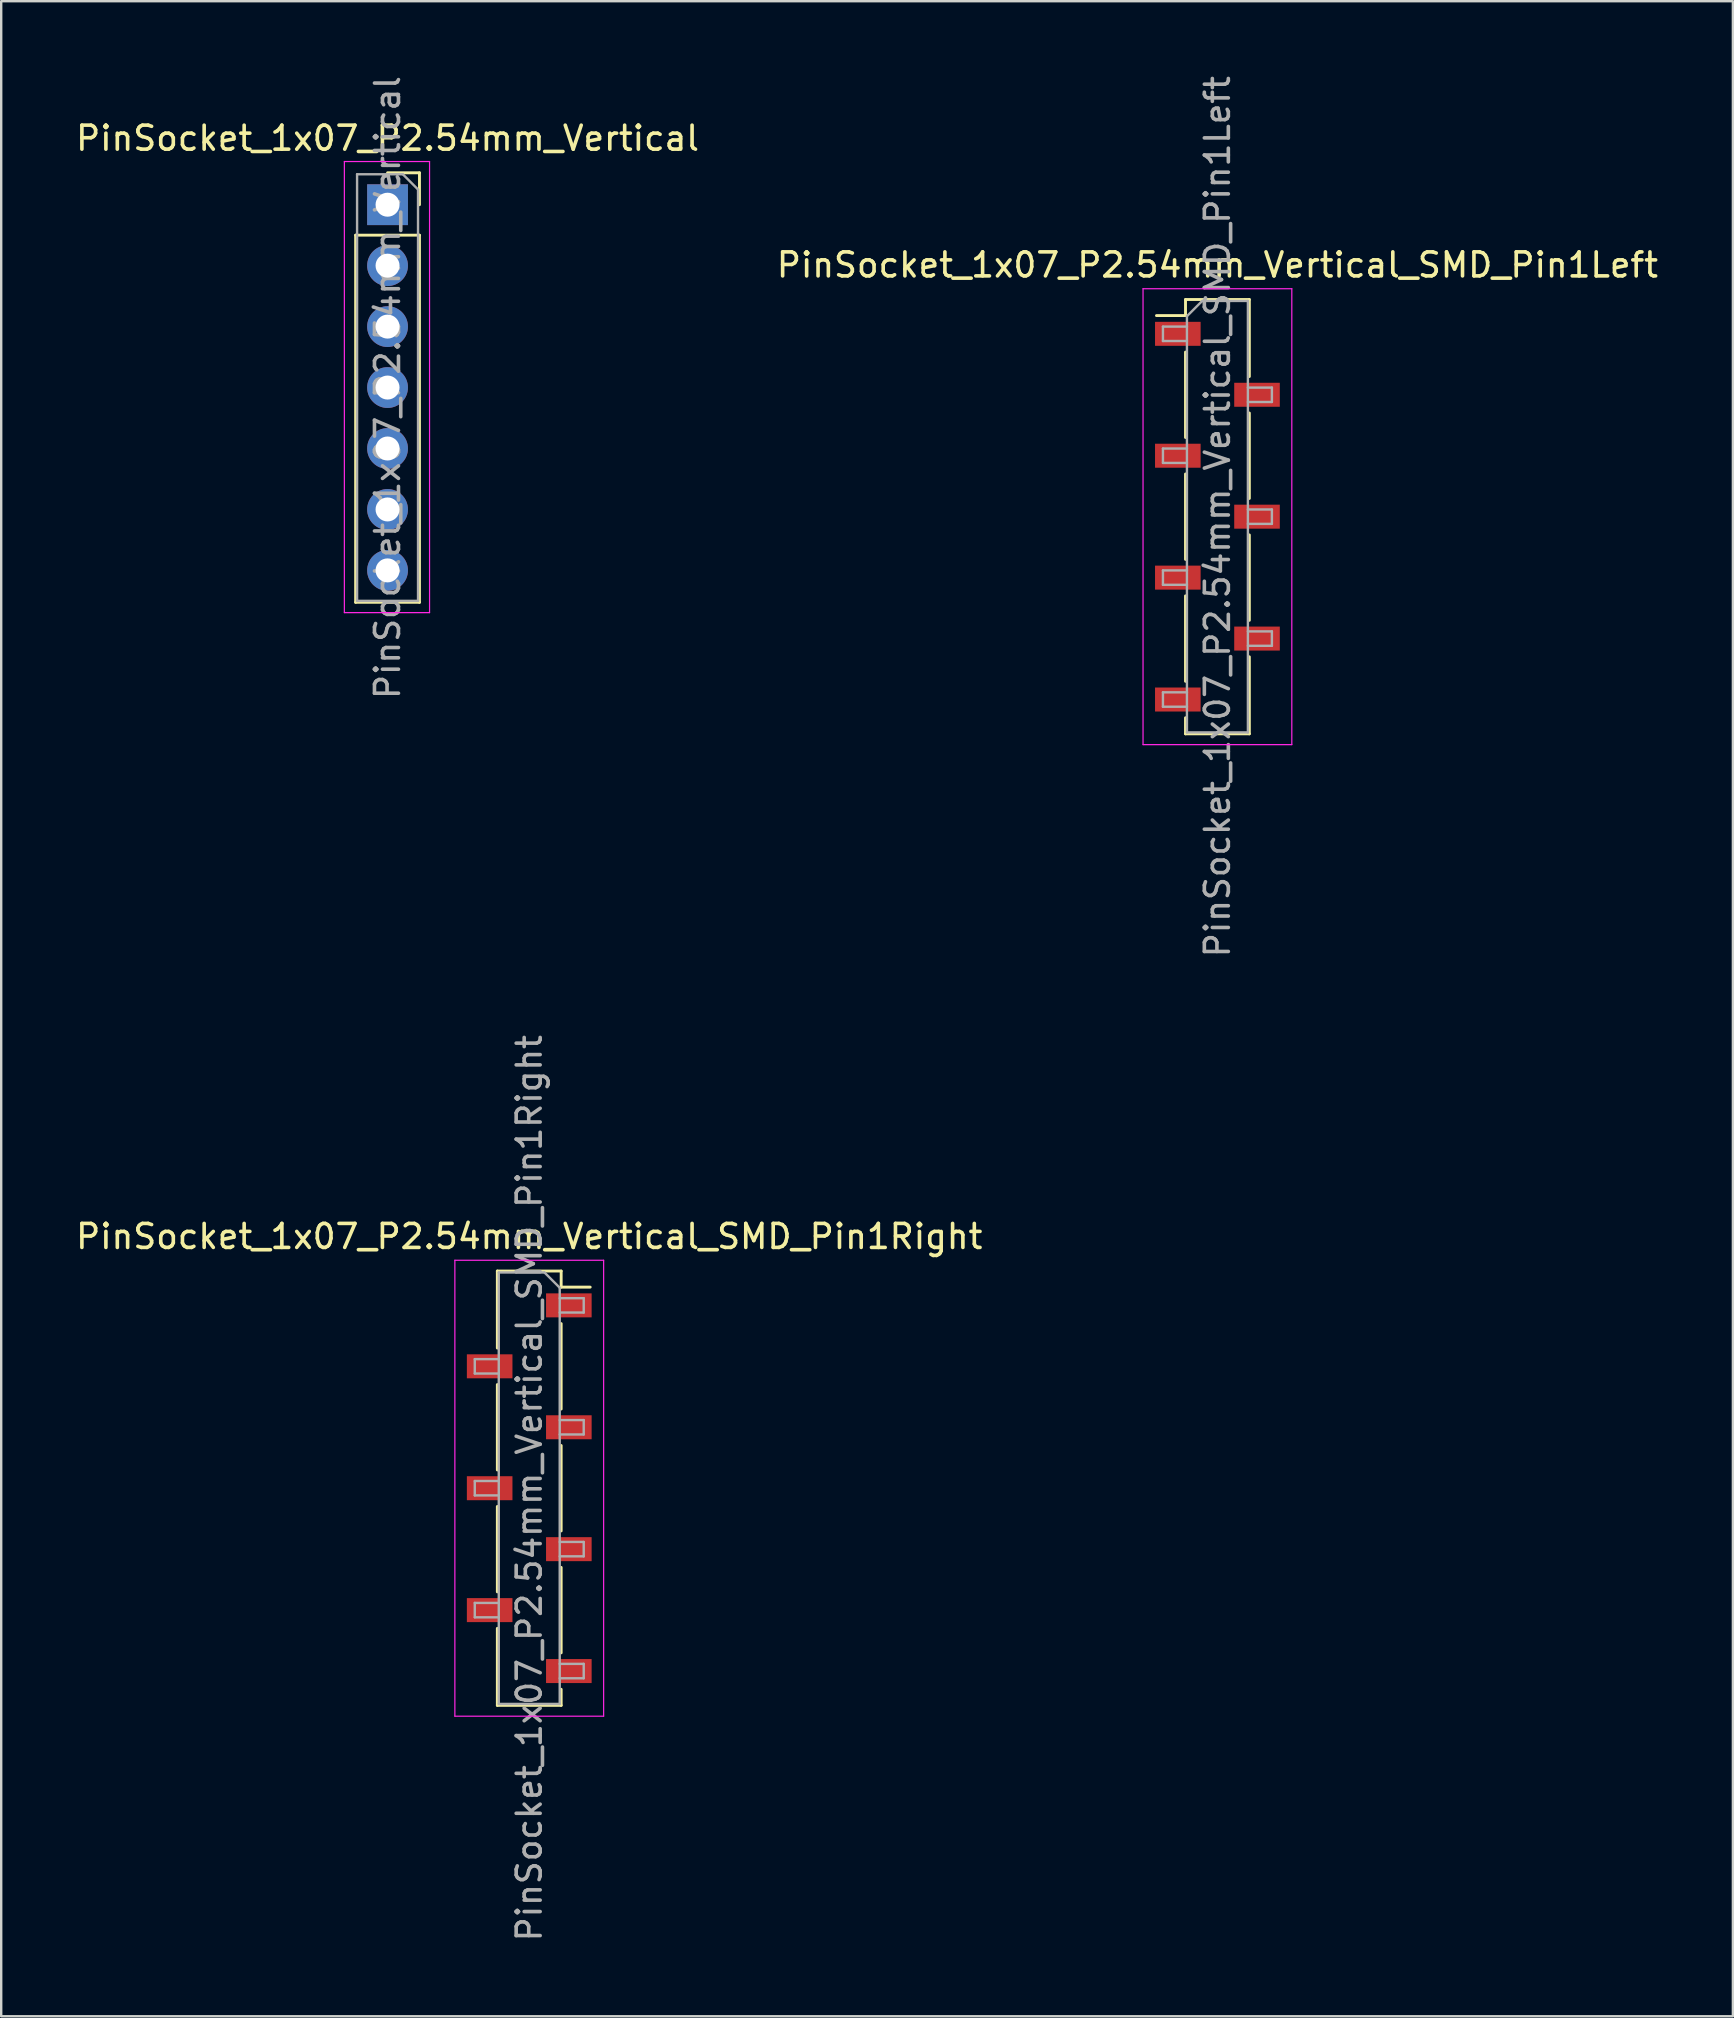
<source format=kicad_pcb>
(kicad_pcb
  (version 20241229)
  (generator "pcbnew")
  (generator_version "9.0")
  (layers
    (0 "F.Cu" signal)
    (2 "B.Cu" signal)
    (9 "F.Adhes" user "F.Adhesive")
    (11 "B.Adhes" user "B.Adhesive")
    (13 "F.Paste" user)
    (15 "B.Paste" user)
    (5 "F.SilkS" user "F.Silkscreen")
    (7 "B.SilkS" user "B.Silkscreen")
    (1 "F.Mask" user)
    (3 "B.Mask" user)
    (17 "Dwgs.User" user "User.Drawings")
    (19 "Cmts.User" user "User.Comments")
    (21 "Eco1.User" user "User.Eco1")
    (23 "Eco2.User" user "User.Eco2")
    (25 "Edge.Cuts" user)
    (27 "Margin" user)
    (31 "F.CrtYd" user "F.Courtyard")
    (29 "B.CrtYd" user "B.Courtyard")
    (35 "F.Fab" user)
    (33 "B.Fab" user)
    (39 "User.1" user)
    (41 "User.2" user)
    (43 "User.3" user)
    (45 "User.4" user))
  (footprint "PinSocket_1x07_P2.54mm_Vertical"
    (layer "F.Cu")
    (at 13.101 5.481)
    (property "Reference" "PinSocket_1x07_P2.54mm_Vertical" (at 0 -2.77 0) (layer "F.SilkS") (effects (font (size 1 1) (thickness 0.15))))
    (attr through_hole)
    (fp_line (start -1.33 1.27) (end -1.33 16.57) (stroke (width 0.12) (type solid)) (layer "F.SilkS"))
    (fp_line (start -1.33 1.27) (end 1.33 1.27) (stroke (width 0.12) (type solid)) (layer "F.SilkS"))
    (fp_line (start -1.33 16.57) (end 1.33 16.57) (stroke (width 0.12) (type solid)) (layer "F.SilkS"))
    (fp_line (start 0 -1.33) (end 1.33 -1.33) (stroke (width 0.12) (type solid)) (layer "F.SilkS"))
    (fp_line (start 1.33 -1.33) (end 1.33 0) (stroke (width 0.12) (type solid)) (layer "F.SilkS"))
    (fp_line (start 1.33 1.27) (end 1.33 16.57) (stroke (width 0.12) (type solid)) (layer "F.SilkS"))
    (fp_line (start -1.8 -1.8) (end 1.75 -1.8) (stroke (width 0.05) (type solid)) (layer "F.CrtYd"))
    (fp_line (start -1.8 17) (end -1.8 -1.8) (stroke (width 0.05) (type solid)) (layer "F.CrtYd"))
    (fp_line (start 1.75 -1.8) (end 1.75 17) (stroke (width 0.05) (type solid)) (layer "F.CrtYd"))
    (fp_line (start 1.75 17) (end -1.8 17) (stroke (width 0.05) (type solid)) (layer "F.CrtYd"))
    (fp_line (start -1.27 -1.27) (end 0.635 -1.27) (stroke (width 0.1) (type solid)) (layer "F.Fab"))
    (fp_line (start -1.27 16.51) (end -1.27 -1.27) (stroke (width 0.1) (type solid)) (layer "F.Fab"))
    (fp_line (start 0.635 -1.27) (end 1.27 -0.635) (stroke (width 0.1) (type solid)) (layer "F.Fab"))
    (fp_line (start 1.27 -0.635) (end 1.27 16.51) (stroke (width 0.1) (type solid)) (layer "F.Fab"))
    (fp_line (start 1.27 16.51) (end -1.27 16.51) (stroke (width 0.1) (type solid)) (layer "F.Fab"))
    (fp_text user "${REFERENCE}" (at 0 7.62 90) (layer "F.Fab") (effects (font (size 1 1) (thickness 0.15))))
    (pad "1" thru_hole rect (at 0 0) (size 1.7 1.7) (drill 1) (layers "*.Cu" "*.Mask"))
    (pad "2" thru_hole oval (at 0 2.54) (size 1.7 1.7) (drill 1) (layers "*.Cu" "*.Mask"))
    (pad "3" thru_hole oval (at 0 5.08) (size 1.7 1.7) (drill 1) (layers "*.Cu" "*.Mask"))
    (pad "4" thru_hole oval (at 0 7.62) (size 1.7 1.7) (drill 1) (layers "*.Cu" "*.Mask"))
    (pad "5" thru_hole oval (at 0 10.16) (size 1.7 1.7) (drill 1) (layers "*.Cu" "*.Mask"))
    (pad "6" thru_hole oval (at 0 12.7) (size 1.7 1.7) (drill 1) (layers "*.Cu" "*.Mask"))
    (pad "7" thru_hole oval (at 0 15.24) (size 1.7 1.7) (drill 1) (layers "*.Cu" "*.Mask")))
  (footprint "PinSocket_1x07_P2.54mm_Vertical_SMD_Pin1Left"
    (layer "F.Cu")
    (at 47.685 18.482)
    (property "Reference" "PinSocket_1x07_P2.54mm_Vertical_SMD_Pin1Left" (at 0 -10.49 0) (layer "F.SilkS") (effects (font (size 1 1) (thickness 0.15))))
    (attr smd)
    (fp_line (start -2.54 -8.38) (end -1.33 -8.38) (stroke (width 0.12) (type solid)) (layer "F.SilkS"))
    (fp_line (start -1.33 -9.05) (end -1.33 -8.38) (stroke (width 0.12) (type solid)) (layer "F.SilkS"))
    (fp_line (start -1.33 -9.05) (end 1.33 -9.05) (stroke (width 0.12) (type solid)) (layer "F.SilkS"))
    (fp_line (start -1.33 -6.86) (end -1.33 -3.3) (stroke (width 0.12) (type solid)) (layer "F.SilkS"))
    (fp_line (start -1.33 -1.78) (end -1.33 1.78) (stroke (width 0.12) (type solid)) (layer "F.SilkS"))
    (fp_line (start -1.33 3.3) (end -1.33 6.86) (stroke (width 0.12) (type solid)) (layer "F.SilkS"))
    (fp_line (start -1.33 8.38) (end -1.33 9.05) (stroke (width 0.12) (type solid)) (layer "F.SilkS"))
    (fp_line (start -1.33 9.05) (end 1.33 9.05) (stroke (width 0.12) (type solid)) (layer "F.SilkS"))
    (fp_line (start 1.33 -9.05) (end 1.33 -5.84) (stroke (width 0.12) (type solid)) (layer "F.SilkS"))
    (fp_line (start 1.33 -4.32) (end 1.33 -0.76) (stroke (width 0.12) (type solid)) (layer "F.SilkS"))
    (fp_line (start 1.33 0.76) (end 1.33 4.32) (stroke (width 0.12) (type solid)) (layer "F.SilkS"))
    (fp_line (start 1.33 5.84) (end 1.33 9.05) (stroke (width 0.12) (type solid)) (layer "F.SilkS"))
    (fp_line (start -3.1 -9.5) (end 3.1 -9.5) (stroke (width 0.05) (type solid)) (layer "F.CrtYd"))
    (fp_line (start -3.1 9.5) (end -3.1 -9.5) (stroke (width 0.05) (type solid)) (layer "F.CrtYd"))
    (fp_line (start 3.1 -9.5) (end 3.1 9.5) (stroke (width 0.05) (type solid)) (layer "F.CrtYd"))
    (fp_line (start 3.1 9.5) (end -3.1 9.5) (stroke (width 0.05) (type solid)) (layer "F.CrtYd"))
    (fp_line (start -2.27 -7.92) (end -1.27 -7.92) (stroke (width 0.1) (type solid)) (layer "F.Fab"))
    (fp_line (start -2.27 -7.32) (end -2.27 -7.92) (stroke (width 0.1) (type solid)) (layer "F.Fab"))
    (fp_line (start -2.27 -2.84) (end -1.27 -2.84) (stroke (width 0.1) (type solid)) (layer "F.Fab"))
    (fp_line (start -2.27 -2.24) (end -2.27 -2.84) (stroke (width 0.1) (type solid)) (layer "F.Fab"))
    (fp_line (start -2.27 2.24) (end -1.27 2.24) (stroke (width 0.1) (type solid)) (layer "F.Fab"))
    (fp_line (start -2.27 2.84) (end -2.27 2.24) (stroke (width 0.1) (type solid)) (layer "F.Fab"))
    (fp_line (start -2.27 7.32) (end -1.27 7.32) (stroke (width 0.1) (type solid)) (layer "F.Fab"))
    (fp_line (start -2.27 7.92) (end -2.27 7.32) (stroke (width 0.1) (type solid)) (layer "F.Fab"))
    (fp_line (start -1.27 -8.355) (end -0.635 -8.99) (stroke (width 0.1) (type solid)) (layer "F.Fab"))
    (fp_line (start -1.27 -7.32) (end -2.27 -7.32) (stroke (width 0.1) (type solid)) (layer "F.Fab"))
    (fp_line (start -1.27 -2.24) (end -2.27 -2.24) (stroke (width 0.1) (type solid)) (layer "F.Fab"))
    (fp_line (start -1.27 2.84) (end -2.27 2.84) (stroke (width 0.1) (type solid)) (layer "F.Fab"))
    (fp_line (start -1.27 7.92) (end -2.27 7.92) (stroke (width 0.1) (type solid)) (layer "F.Fab"))
    (fp_line (start -1.27 8.99) (end -1.27 -8.355) (stroke (width 0.1) (type solid)) (layer "F.Fab"))
    (fp_line (start -0.635 -8.99) (end 1.27 -8.99) (stroke (width 0.1) (type solid)) (layer "F.Fab"))
    (fp_line (start 1.27 -8.99) (end 1.27 8.99) (stroke (width 0.1) (type solid)) (layer "F.Fab"))
    (fp_line (start 1.27 -5.38) (end 2.27 -5.38) (stroke (width 0.1) (type solid)) (layer "F.Fab"))
    (fp_line (start 1.27 -0.3) (end 2.27 -0.3) (stroke (width 0.1) (type solid)) (layer "F.Fab"))
    (fp_line (start 1.27 4.78) (end 2.27 4.78) (stroke (width 0.1) (type solid)) (layer "F.Fab"))
    (fp_line (start 1.27 8.99) (end -1.27 8.99) (stroke (width 0.1) (type solid)) (layer "F.Fab"))
    (fp_line (start 2.27 -5.38) (end 2.27 -4.78) (stroke (width 0.1) (type solid)) (layer "F.Fab"))
    (fp_line (start 2.27 -4.78) (end 1.27 -4.78) (stroke (width 0.1) (type solid)) (layer "F.Fab"))
    (fp_line (start 2.27 -0.3) (end 2.27 0.3) (stroke (width 0.1) (type solid)) (layer "F.Fab"))
    (fp_line (start 2.27 0.3) (end 1.27 0.3) (stroke (width 0.1) (type solid)) (layer "F.Fab"))
    (fp_line (start 2.27 4.78) (end 2.27 5.38) (stroke (width 0.1) (type solid)) (layer "F.Fab"))
    (fp_line (start 2.27 5.38) (end 1.27 5.38) (stroke (width 0.1) (type solid)) (layer "F.Fab"))
    (fp_text user "${REFERENCE}" (at 0 0 90) (layer "F.Fab") (effects (font (size 1 1) (thickness 0.15))))
    (pad "1" smd rect (at -1.65 -7.62) (size 1.9 1) (layers "F.Cu" "F.Mask" "F.Paste"))
    (pad "2" smd rect (at 1.65 -5.08) (size 1.9 1) (layers "F.Cu" "F.Mask" "F.Paste"))
    (pad "3" smd rect (at -1.65 -2.54) (size 1.9 1) (layers "F.Cu" "F.Mask" "F.Paste"))
    (pad "4" smd rect (at 1.65 0) (size 1.9 1) (layers "F.Cu" "F.Mask" "F.Paste"))
    (pad "5" smd rect (at -1.65 2.54) (size 1.9 1) (layers "F.Cu" "F.Mask" "F.Paste"))
    (pad "6" smd rect (at 1.65 5.08) (size 1.9 1) (layers "F.Cu" "F.Mask" "F.Paste"))
    (pad "7" smd rect (at -1.65 7.62) (size 1.9 1) (layers "F.Cu" "F.Mask" "F.Paste")))
  (footprint "PinSocket_1x07_P2.54mm_Vertical_SMD_Pin1Right"
    (layer "F.Cu")
    (at 19.006 58.97)
    (property "Reference" "PinSocket_1x07_P2.54mm_Vertical_SMD_Pin1Right" (at 0 -10.49 0) (layer "F.SilkS") (effects (font (size 1 1) (thickness 0.15))))
    (attr smd)
    (fp_line (start -1.33 -9.05) (end -1.33 -5.84) (stroke (width 0.12) (type solid)) (layer "F.SilkS"))
    (fp_line (start -1.33 -9.05) (end 1.33 -9.05) (stroke (width 0.12) (type solid)) (layer "F.SilkS"))
    (fp_line (start -1.33 -4.32) (end -1.33 -0.76) (stroke (width 0.12) (type solid)) (layer "F.SilkS"))
    (fp_line (start -1.33 0.76) (end -1.33 4.32) (stroke (width 0.12) (type solid)) (layer "F.SilkS"))
    (fp_line (start -1.33 5.84) (end -1.33 9.05) (stroke (width 0.12) (type solid)) (layer "F.SilkS"))
    (fp_line (start -1.33 9.05) (end 1.33 9.05) (stroke (width 0.12) (type solid)) (layer "F.SilkS"))
    (fp_line (start 1.33 -9.05) (end 1.33 -8.38) (stroke (width 0.12) (type solid)) (layer "F.SilkS"))
    (fp_line (start 1.33 -8.38) (end 2.54 -8.38) (stroke (width 0.12) (type solid)) (layer "F.SilkS"))
    (fp_line (start 1.33 -6.86) (end 1.33 -3.3) (stroke (width 0.12) (type solid)) (layer "F.SilkS"))
    (fp_line (start 1.33 -1.78) (end 1.33 1.78) (stroke (width 0.12) (type solid)) (layer "F.SilkS"))
    (fp_line (start 1.33 3.3) (end 1.33 6.86) (stroke (width 0.12) (type solid)) (layer "F.SilkS"))
    (fp_line (start 1.33 8.38) (end 1.33 9.05) (stroke (width 0.12) (type solid)) (layer "F.SilkS"))
    (fp_line (start -3.1 -9.5) (end 3.1 -9.5) (stroke (width 0.05) (type solid)) (layer "F.CrtYd"))
    (fp_line (start -3.1 9.5) (end -3.1 -9.5) (stroke (width 0.05) (type solid)) (layer "F.CrtYd"))
    (fp_line (start 3.1 -9.5) (end 3.1 9.5) (stroke (width 0.05) (type solid)) (layer "F.CrtYd"))
    (fp_line (start 3.1 9.5) (end -3.1 9.5) (stroke (width 0.05) (type solid)) (layer "F.CrtYd"))
    (fp_line (start -2.27 -5.38) (end -1.27 -5.38) (stroke (width 0.1) (type solid)) (layer "F.Fab"))
    (fp_line (start -2.27 -4.78) (end -2.27 -5.38) (stroke (width 0.1) (type solid)) (layer "F.Fab"))
    (fp_line (start -2.27 -0.3) (end -1.27 -0.3) (stroke (width 0.1) (type solid)) (layer "F.Fab"))
    (fp_line (start -2.27 0.3) (end -2.27 -0.3) (stroke (width 0.1) (type solid)) (layer "F.Fab"))
    (fp_line (start -2.27 4.78) (end -1.27 4.78) (stroke (width 0.1) (type solid)) (layer "F.Fab"))
    (fp_line (start -2.27 5.38) (end -2.27 4.78) (stroke (width 0.1) (type solid)) (layer "F.Fab"))
    (fp_line (start -1.27 -8.99) (end 0.635 -8.99) (stroke (width 0.1) (type solid)) (layer "F.Fab"))
    (fp_line (start -1.27 -4.78) (end -2.27 -4.78) (stroke (width 0.1) (type solid)) (layer "F.Fab"))
    (fp_line (start -1.27 0.3) (end -2.27 0.3) (stroke (width 0.1) (type solid)) (layer "F.Fab"))
    (fp_line (start -1.27 5.38) (end -2.27 5.38) (stroke (width 0.1) (type solid)) (layer "F.Fab"))
    (fp_line (start -1.27 8.99) (end -1.27 -8.99) (stroke (width 0.1) (type solid)) (layer "F.Fab"))
    (fp_line (start 0.635 -8.99) (end 1.27 -8.355) (stroke (width 0.1) (type solid)) (layer "F.Fab"))
    (fp_line (start 1.27 -8.355) (end 1.27 8.99) (stroke (width 0.1) (type solid)) (layer "F.Fab"))
    (fp_line (start 1.27 -7.92) (end 2.27 -7.92) (stroke (width 0.1) (type solid)) (layer "F.Fab"))
    (fp_line (start 1.27 -2.84) (end 2.27 -2.84) (stroke (width 0.1) (type solid)) (layer "F.Fab"))
    (fp_line (start 1.27 2.24) (end 2.27 2.24) (stroke (width 0.1) (type solid)) (layer "F.Fab"))
    (fp_line (start 1.27 7.32) (end 2.27 7.32) (stroke (width 0.1) (type solid)) (layer "F.Fab"))
    (fp_line (start 1.27 8.99) (end -1.27 8.99) (stroke (width 0.1) (type solid)) (layer "F.Fab"))
    (fp_line (start 2.27 -7.92) (end 2.27 -7.32) (stroke (width 0.1) (type solid)) (layer "F.Fab"))
    (fp_line (start 2.27 -7.32) (end 1.27 -7.32) (stroke (width 0.1) (type solid)) (layer "F.Fab"))
    (fp_line (start 2.27 -2.84) (end 2.27 -2.24) (stroke (width 0.1) (type solid)) (layer "F.Fab"))
    (fp_line (start 2.27 -2.24) (end 1.27 -2.24) (stroke (width 0.1) (type solid)) (layer "F.Fab"))
    (fp_line (start 2.27 2.24) (end 2.27 2.84) (stroke (width 0.1) (type solid)) (layer "F.Fab"))
    (fp_line (start 2.27 2.84) (end 1.27 2.84) (stroke (width 0.1) (type solid)) (layer "F.Fab"))
    (fp_line (start 2.27 7.32) (end 2.27 7.92) (stroke (width 0.1) (type solid)) (layer "F.Fab"))
    (fp_line (start 2.27 7.92) (end 1.27 7.92) (stroke (width 0.1) (type solid)) (layer "F.Fab"))
    (fp_text user "${REFERENCE}" (at 0 0 90) (layer "F.Fab") (effects (font (size 1 1) (thickness 0.15))))
    (pad "1" smd rect (at 1.65 -7.62) (size 1.9 1) (layers "F.Cu" "F.Mask" "F.Paste"))
    (pad "2" smd rect (at -1.65 -5.08) (size 1.9 1) (layers "F.Cu" "F.Mask" "F.Paste"))
    (pad "3" smd rect (at 1.65 -2.54) (size 1.9 1) (layers "F.Cu" "F.Mask" "F.Paste"))
    (pad "4" smd rect (at -1.65 0) (size 1.9 1) (layers "F.Cu" "F.Mask" "F.Paste"))
    (pad "5" smd rect (at 1.65 2.54) (size 1.9 1) (layers "F.Cu" "F.Mask" "F.Paste"))
    (pad "6" smd rect (at -1.65 5.08) (size 1.9 1) (layers "F.Cu" "F.Mask" "F.Paste"))
    (pad "7" smd rect (at 1.65 7.62) (size 1.9 1) (layers "F.Cu" "F.Mask" "F.Paste")))
  (gr_rect
    (start -3 -3)
    (end 69.167 80.976)
    (stroke (width 0.1) (type default))
    (fill no)
    (layer "Edge.Cuts")))
</source>
